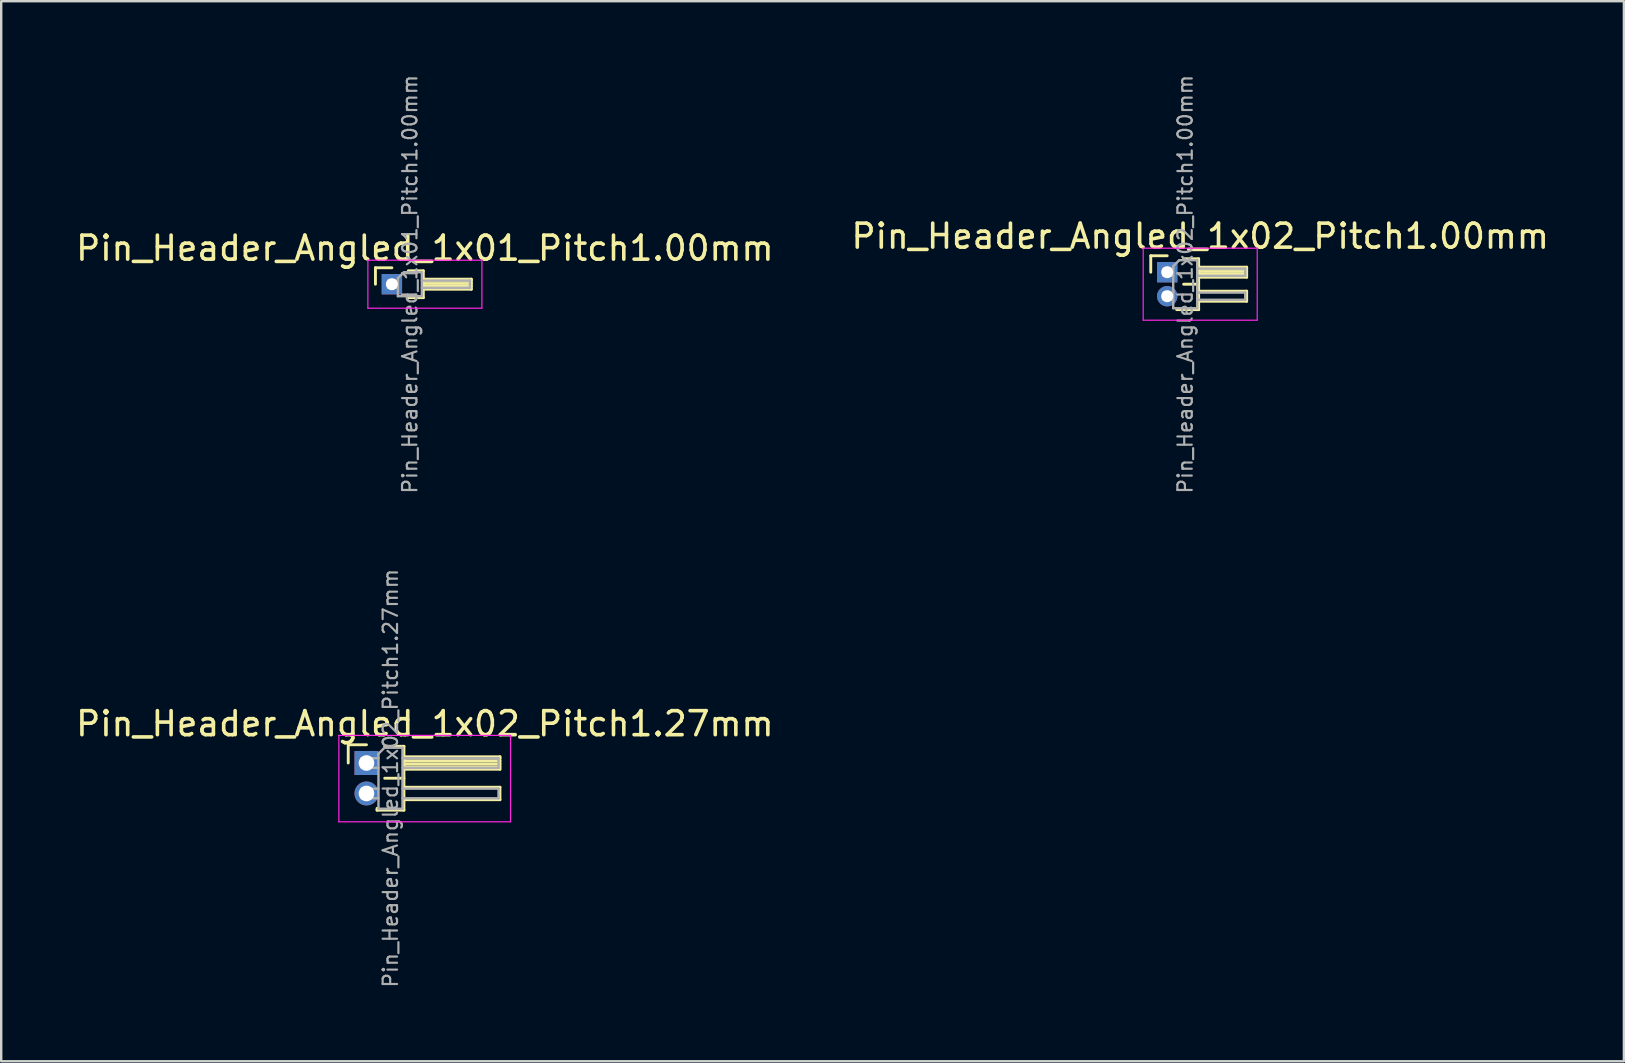
<source format=kicad_pcb>
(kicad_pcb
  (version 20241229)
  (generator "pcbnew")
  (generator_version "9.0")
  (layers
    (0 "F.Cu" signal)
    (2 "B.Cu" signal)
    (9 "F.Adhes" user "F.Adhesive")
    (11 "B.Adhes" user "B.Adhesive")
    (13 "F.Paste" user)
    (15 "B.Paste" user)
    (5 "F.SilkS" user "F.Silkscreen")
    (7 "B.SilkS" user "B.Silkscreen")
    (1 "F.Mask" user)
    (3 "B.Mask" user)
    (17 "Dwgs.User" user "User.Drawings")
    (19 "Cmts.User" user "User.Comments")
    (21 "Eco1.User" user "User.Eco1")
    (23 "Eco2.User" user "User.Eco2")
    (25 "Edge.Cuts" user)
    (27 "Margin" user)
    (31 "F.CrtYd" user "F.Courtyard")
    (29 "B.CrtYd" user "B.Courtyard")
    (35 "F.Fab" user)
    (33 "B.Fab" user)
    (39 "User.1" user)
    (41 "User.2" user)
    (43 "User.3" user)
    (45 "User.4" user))
  (footprint "Pin_Header_Angled_1x01_Pitch1.00mm"
    (layer "F.Cu")
    (at 13.274 8.789)
    (property "Reference" "Pin_Header_Angled_1x01_Pitch1.00mm" (at 1.375 -1.5 0) (layer "F.SilkS") (effects (font (size 1 1) (thickness 0.15))))
    (attr through_hole)
    (fp_line (start -0.685 -0.685) (end 0 -0.685) (stroke (width 0.12) (type solid)) (layer "F.SilkS"))
    (fp_line (start -0.685 0) (end -0.685 -0.685) (stroke (width 0.12) (type solid)) (layer "F.SilkS"))
    (fp_line (start 0.685 -0.56) (end 1.31 -0.56) (stroke (width 0.12) (type solid)) (layer "F.SilkS"))
    (fp_line (start 1.31 -0.56) (end 1.31 0.56) (stroke (width 0.12) (type solid)) (layer "F.SilkS"))
    (fp_line (start 1.31 -0.21) (end 3.31 -0.21) (stroke (width 0.12) (type solid)) (layer "F.SilkS"))
    (fp_line (start 1.31 -0.15) (end 3.31 -0.15) (stroke (width 0.12) (type solid)) (layer "F.SilkS"))
    (fp_line (start 1.31 -0.03) (end 3.31 -0.03) (stroke (width 0.12) (type solid)) (layer "F.SilkS"))
    (fp_line (start 1.31 0.09) (end 3.31 0.09) (stroke (width 0.12) (type solid)) (layer "F.SilkS"))
    (fp_line (start 1.31 0.56) (end 0.685 0.56) (stroke (width 0.12) (type solid)) (layer "F.SilkS"))
    (fp_line (start 3.31 -0.21) (end 3.31 0.21) (stroke (width 0.12) (type solid)) (layer "F.SilkS"))
    (fp_line (start 3.31 0.21) (end 1.31 0.21) (stroke (width 0.12) (type solid)) (layer "F.SilkS"))
    (fp_line (start -1 -1) (end -1 1) (stroke (width 0.05) (type solid)) (layer "F.CrtYd"))
    (fp_line (start -1 1) (end 3.75 1) (stroke (width 0.05) (type solid)) (layer "F.CrtYd"))
    (fp_line (start 3.75 -1) (end -1 -1) (stroke (width 0.05) (type solid)) (layer "F.CrtYd"))
    (fp_line (start 3.75 1) (end 3.75 -1) (stroke (width 0.05) (type solid)) (layer "F.CrtYd"))
    (fp_line (start -0.15 -0.15) (end -0.15 0.15) (stroke (width 0.1) (type solid)) (layer "F.Fab"))
    (fp_line (start -0.15 -0.15) (end 0.25 -0.15) (stroke (width 0.1) (type solid)) (layer "F.Fab"))
    (fp_line (start -0.15 0.15) (end 0.25 0.15) (stroke (width 0.1) (type solid)) (layer "F.Fab"))
    (fp_line (start 0.25 -0.25) (end 0.5 -0.5) (stroke (width 0.1) (type solid)) (layer "F.Fab"))
    (fp_line (start 0.25 0.5) (end 0.25 -0.25) (stroke (width 0.1) (type solid)) (layer "F.Fab"))
    (fp_line (start 0.5 -0.5) (end 1.25 -0.5) (stroke (width 0.1) (type solid)) (layer "F.Fab"))
    (fp_line (start 1.25 -0.5) (end 1.25 0.5) (stroke (width 0.1) (type solid)) (layer "F.Fab"))
    (fp_line (start 1.25 -0.15) (end 3.25 -0.15) (stroke (width 0.1) (type solid)) (layer "F.Fab"))
    (fp_line (start 1.25 0.15) (end 3.25 0.15) (stroke (width 0.1) (type solid)) (layer "F.Fab"))
    (fp_line (start 1.25 0.5) (end 0.25 0.5) (stroke (width 0.1) (type solid)) (layer "F.Fab"))
    (fp_line (start 3.25 -0.15) (end 3.25 0.15) (stroke (width 0.1) (type solid)) (layer "F.Fab"))
    (fp_text user "${REFERENCE}" (at 0.75 0 90) (layer "F.Fab") (effects (font (size 0.6 0.6) (thickness 0.09))))
    (pad "1" thru_hole rect (at 0 0) (size 0.85 0.85) (drill 0.5) (layers "*.Cu" "*.Mask")))
  (footprint "Pin_Header_Angled_1x02_Pitch1.00mm"
    (layer "F.Cu")
    (at 45.571 8.289)
    (property "Reference" "Pin_Header_Angled_1x02_Pitch1.00mm" (at 1.375 -1.5 0) (layer "F.SilkS") (effects (font (size 1 1) (thickness 0.15))))
    (attr through_hole)
    (fp_line (start -0.685 -0.685) (end 0 -0.685) (stroke (width 0.12) (type solid)) (layer "F.SilkS"))
    (fp_line (start -0.685 0) (end -0.685 -0.685) (stroke (width 0.12) (type solid)) (layer "F.SilkS"))
    (fp_line (start 0.685 -0.56) (end 1.31 -0.56) (stroke (width 0.12) (type solid)) (layer "F.SilkS"))
    (fp_line (start 0.685 0.5) (end 1.31 0.5) (stroke (width 0.12) (type solid)) (layer "F.SilkS"))
    (fp_line (start 1.31 -0.56) (end 1.31 1.56) (stroke (width 0.12) (type solid)) (layer "F.SilkS"))
    (fp_line (start 1.31 -0.21) (end 3.31 -0.21) (stroke (width 0.12) (type solid)) (layer "F.SilkS"))
    (fp_line (start 1.31 -0.15) (end 3.31 -0.15) (stroke (width 0.12) (type solid)) (layer "F.SilkS"))
    (fp_line (start 1.31 -0.03) (end 3.31 -0.03) (stroke (width 0.12) (type solid)) (layer "F.SilkS"))
    (fp_line (start 1.31 0.09) (end 3.31 0.09) (stroke (width 0.12) (type solid)) (layer "F.SilkS"))
    (fp_line (start 1.31 0.79) (end 3.31 0.79) (stroke (width 0.12) (type solid)) (layer "F.SilkS"))
    (fp_line (start 1.31 1.56) (end 0.394 1.56) (stroke (width 0.12) (type solid)) (layer "F.SilkS"))
    (fp_line (start 3.31 -0.21) (end 3.31 0.21) (stroke (width 0.12) (type solid)) (layer "F.SilkS"))
    (fp_line (start 3.31 0.21) (end 1.31 0.21) (stroke (width 0.12) (type solid)) (layer "F.SilkS"))
    (fp_line (start 3.31 0.79) (end 3.31 1.21) (stroke (width 0.12) (type solid)) (layer "F.SilkS"))
    (fp_line (start 3.31 1.21) (end 1.31 1.21) (stroke (width 0.12) (type solid)) (layer "F.SilkS"))
    (fp_line (start -1 -1) (end -1 2) (stroke (width 0.05) (type solid)) (layer "F.CrtYd"))
    (fp_line (start -1 2) (end 3.75 2) (stroke (width 0.05) (type solid)) (layer "F.CrtYd"))
    (fp_line (start 3.75 -1) (end -1 -1) (stroke (width 0.05) (type solid)) (layer "F.CrtYd"))
    (fp_line (start 3.75 2) (end 3.75 -1) (stroke (width 0.05) (type solid)) (layer "F.CrtYd"))
    (fp_line (start -0.15 -0.15) (end -0.15 0.15) (stroke (width 0.1) (type solid)) (layer "F.Fab"))
    (fp_line (start -0.15 -0.15) (end 0.25 -0.15) (stroke (width 0.1) (type solid)) (layer "F.Fab"))
    (fp_line (start -0.15 0.15) (end 0.25 0.15) (stroke (width 0.1) (type solid)) (layer "F.Fab"))
    (fp_line (start -0.15 0.85) (end -0.15 1.15) (stroke (width 0.1) (type solid)) (layer "F.Fab"))
    (fp_line (start -0.15 0.85) (end 0.25 0.85) (stroke (width 0.1) (type solid)) (layer "F.Fab"))
    (fp_line (start -0.15 1.15) (end 0.25 1.15) (stroke (width 0.1) (type solid)) (layer "F.Fab"))
    (fp_line (start 0.25 -0.25) (end 0.5 -0.5) (stroke (width 0.1) (type solid)) (layer "F.Fab"))
    (fp_line (start 0.25 1.5) (end 0.25 -0.25) (stroke (width 0.1) (type solid)) (layer "F.Fab"))
    (fp_line (start 0.5 -0.5) (end 1.25 -0.5) (stroke (width 0.1) (type solid)) (layer "F.Fab"))
    (fp_line (start 1.25 -0.5) (end 1.25 1.5) (stroke (width 0.1) (type solid)) (layer "F.Fab"))
    (fp_line (start 1.25 -0.15) (end 3.25 -0.15) (stroke (width 0.1) (type solid)) (layer "F.Fab"))
    (fp_line (start 1.25 0.15) (end 3.25 0.15) (stroke (width 0.1) (type solid)) (layer "F.Fab"))
    (fp_line (start 1.25 0.85) (end 3.25 0.85) (stroke (width 0.1) (type solid)) (layer "F.Fab"))
    (fp_line (start 1.25 1.15) (end 3.25 1.15) (stroke (width 0.1) (type solid)) (layer "F.Fab"))
    (fp_line (start 1.25 1.5) (end 0.25 1.5) (stroke (width 0.1) (type solid)) (layer "F.Fab"))
    (fp_line (start 3.25 -0.15) (end 3.25 0.15) (stroke (width 0.1) (type solid)) (layer "F.Fab"))
    (fp_line (start 3.25 0.85) (end 3.25 1.15) (stroke (width 0.1) (type solid)) (layer "F.Fab"))
    (fp_text user "${REFERENCE}" (at 0.75 0.5 90) (layer "F.Fab") (effects (font (size 0.6 0.6) (thickness 0.09))))
    (pad "1" thru_hole rect (at 0 0) (size 0.85 0.85) (drill 0.5) (layers "*.Cu" "*.Mask"))
    (pad "2" thru_hole oval (at 0 1) (size 0.85 0.85) (drill 0.5) (layers "*.Cu" "*.Mask")))
  (footprint "Pin_Header_Angled_1x02_Pitch1.27mm"
    (layer "F.Cu")
    (at 12.216 28.733)
    (property "Reference" "Pin_Header_Angled_1x02_Pitch1.27mm" (at 2.433 -1.635 0) (layer "F.SilkS") (effects (font (size 1 1) (thickness 0.15))))
    (attr through_hole)
    (fp_line (start -0.76 -0.76) (end 0 -0.76) (stroke (width 0.12) (type solid)) (layer "F.SilkS"))
    (fp_line (start -0.76 0) (end -0.76 -0.76) (stroke (width 0.12) (type solid)) (layer "F.SilkS"))
    (fp_line (start 0.44 1.965) (end 0.44 1.89) (stroke (width 0.12) (type solid)) (layer "F.SilkS"))
    (fp_line (start 0.76 -0.695) (end 1.56 -0.695) (stroke (width 0.12) (type solid)) (layer "F.SilkS"))
    (fp_line (start 0.76 0.635) (end 1.56 0.635) (stroke (width 0.12) (type solid)) (layer "F.SilkS"))
    (fp_line (start 1.56 -0.695) (end 1.56 1.965) (stroke (width 0.12) (type solid)) (layer "F.SilkS"))
    (fp_line (start 1.56 -0.26) (end 5.56 -0.26) (stroke (width 0.12) (type solid)) (layer "F.SilkS"))
    (fp_line (start 1.56 -0.2) (end 5.56 -0.2) (stroke (width 0.12) (type solid)) (layer "F.SilkS"))
    (fp_line (start 1.56 -0.08) (end 5.56 -0.08) (stroke (width 0.12) (type solid)) (layer "F.SilkS"))
    (fp_line (start 1.56 0.04) (end 5.56 0.04) (stroke (width 0.12) (type solid)) (layer "F.SilkS"))
    (fp_line (start 1.56 0.16) (end 5.56 0.16) (stroke (width 0.12) (type solid)) (layer "F.SilkS"))
    (fp_line (start 1.56 1.01) (end 5.56 1.01) (stroke (width 0.12) (type solid)) (layer "F.SilkS"))
    (fp_line (start 1.56 1.965) (end 0.44 1.965) (stroke (width 0.12) (type solid)) (layer "F.SilkS"))
    (fp_line (start 5.56 -0.26) (end 5.56 0.26) (stroke (width 0.12) (type solid)) (layer "F.SilkS"))
    (fp_line (start 5.56 0.26) (end 1.56 0.26) (stroke (width 0.12) (type solid)) (layer "F.SilkS"))
    (fp_line (start 5.56 1.01) (end 5.56 1.53) (stroke (width 0.12) (type solid)) (layer "F.SilkS"))
    (fp_line (start 5.56 1.53) (end 1.56 1.53) (stroke (width 0.12) (type solid)) (layer "F.SilkS"))
    (fp_line (start -1.15 -1.15) (end -1.15 2.45) (stroke (width 0.05) (type solid)) (layer "F.CrtYd"))
    (fp_line (start -1.15 2.45) (end 6 2.45) (stroke (width 0.05) (type solid)) (layer "F.CrtYd"))
    (fp_line (start 6 -1.15) (end -1.15 -1.15) (stroke (width 0.05) (type solid)) (layer "F.CrtYd"))
    (fp_line (start 6 2.45) (end 6 -1.15) (stroke (width 0.05) (type solid)) (layer "F.CrtYd"))
    (fp_line (start -0.2 -0.2) (end -0.2 0.2) (stroke (width 0.1) (type solid)) (layer "F.Fab"))
    (fp_line (start -0.2 -0.2) (end 0.5 -0.2) (stroke (width 0.1) (type solid)) (layer "F.Fab"))
    (fp_line (start -0.2 0.2) (end 0.5 0.2) (stroke (width 0.1) (type solid)) (layer "F.Fab"))
    (fp_line (start -0.2 1.07) (end -0.2 1.47) (stroke (width 0.1) (type solid)) (layer "F.Fab"))
    (fp_line (start -0.2 1.07) (end 0.5 1.07) (stroke (width 0.1) (type solid)) (layer "F.Fab"))
    (fp_line (start -0.2 1.47) (end 0.5 1.47) (stroke (width 0.1) (type solid)) (layer "F.Fab"))
    (fp_line (start 0.5 -0.385) (end 0.75 -0.635) (stroke (width 0.1) (type solid)) (layer "F.Fab"))
    (fp_line (start 0.5 1.905) (end 0.5 -0.385) (stroke (width 0.1) (type solid)) (layer "F.Fab"))
    (fp_line (start 0.75 -0.635) (end 1.5 -0.635) (stroke (width 0.1) (type solid)) (layer "F.Fab"))
    (fp_line (start 1.5 -0.635) (end 1.5 1.905) (stroke (width 0.1) (type solid)) (layer "F.Fab"))
    (fp_line (start 1.5 -0.2) (end 5.5 -0.2) (stroke (width 0.1) (type solid)) (layer "F.Fab"))
    (fp_line (start 1.5 0.2) (end 5.5 0.2) (stroke (width 0.1) (type solid)) (layer "F.Fab"))
    (fp_line (start 1.5 1.07) (end 5.5 1.07) (stroke (width 0.1) (type solid)) (layer "F.Fab"))
    (fp_line (start 1.5 1.47) (end 5.5 1.47) (stroke (width 0.1) (type solid)) (layer "F.Fab"))
    (fp_line (start 1.5 1.905) (end 0.5 1.905) (stroke (width 0.1) (type solid)) (layer "F.Fab"))
    (fp_line (start 5.5 -0.2) (end 5.5 0.2) (stroke (width 0.1) (type solid)) (layer "F.Fab"))
    (fp_line (start 5.5 1.07) (end 5.5 1.47) (stroke (width 0.1) (type solid)) (layer "F.Fab"))
    (fp_text user "${REFERENCE}" (at 1 0.635 90) (layer "F.Fab") (effects (font (size 0.6 0.6) (thickness 0.09))))
    (pad "1" thru_hole rect (at 0 0) (size 1 1) (drill 0.65) (layers "*.Cu" "*.Mask"))
    (pad "2" thru_hole oval (at 0 1.27) (size 1 1) (drill 0.65) (layers "*.Cu" "*.Mask")))
  (gr_rect
    (start -3 -3)
    (end 64.595 41.157)
    (stroke (width 0.1) (type default))
    (fill no)
    (layer "Edge.Cuts")))
</source>
